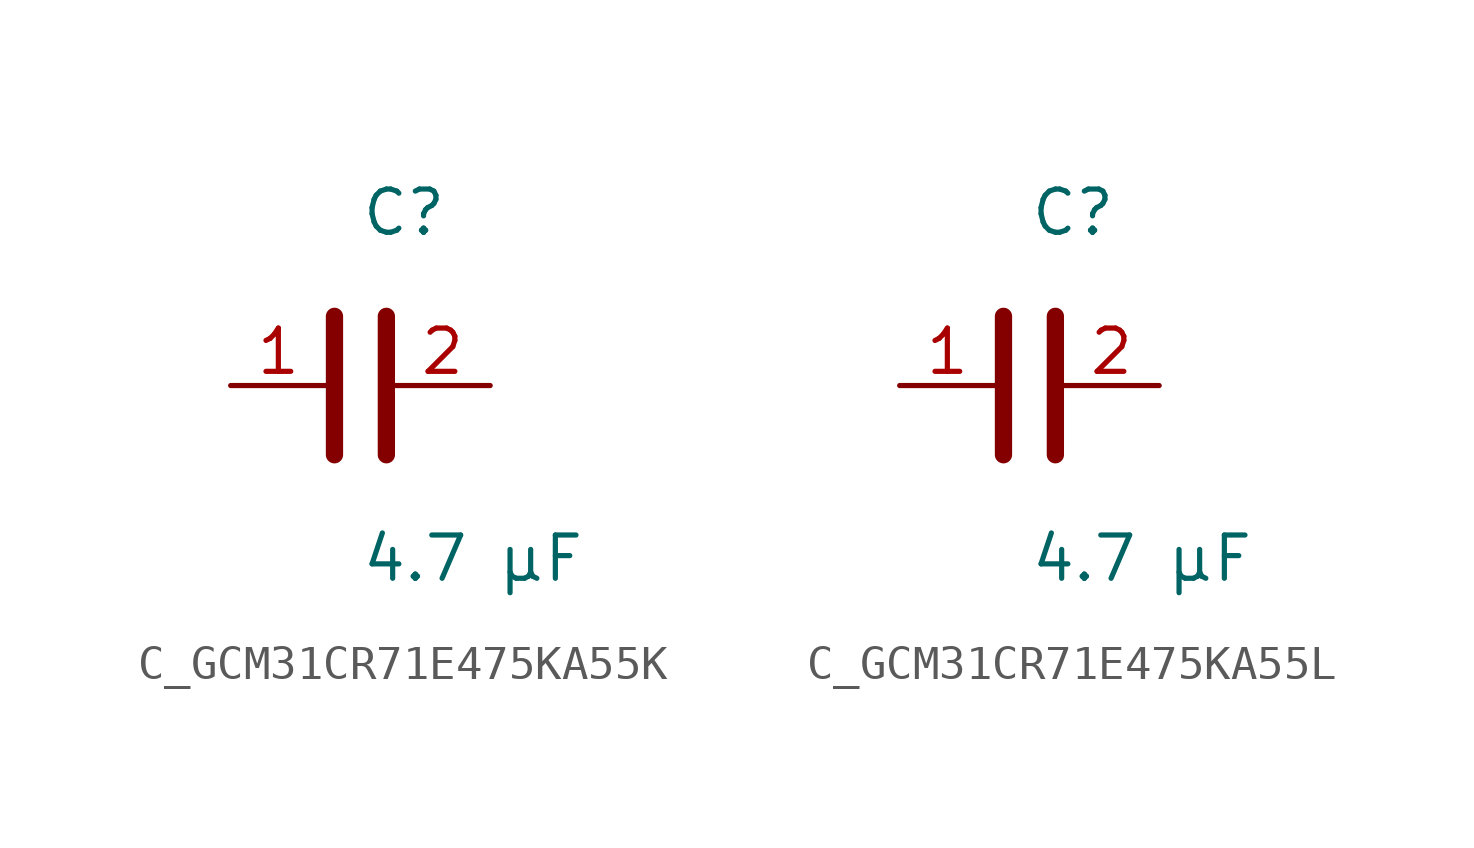
<source format=kicad_sym>
(kicad_symbol_lib
  (version 20231120)
  (generator kicad_symbol_editor)
  (generator_version 8.0)
  (symbol "C_GCM31CR71E475KA55K"
    (pin_names
      (offset 0.254))
    (property "Reference" "C"
      (at 0.0 5.08 0)
      (effects (font (size 1.27 1.27)) (justify left)))
    (property "Value" "4.7 µF"
      (at 0.0 -5.08 0)
      (effects (font (size 1.27 1.27)) (justify left)))
    (symbol "C_GCM31CR71E475KA55K_0_1"
      (polyline (pts (xy -0.762 -2.032) (xy -0.762 2.032)) (stroke (width 0.508) (type default)) (fill (type none)))
      (polyline (pts (xy 0.762 -2.032) (xy 0.762 2.032)) (stroke (width 0.508) (type default)) (fill (type none))))
    (pin unspecified line
      (at -3.81 0 0)
      (length 2.8)
      (name "" (effects (font (size 1.27 1.27))))
      (number "1" (effects (font (size 1.27 1.27)))))
    (pin unspecified line
      (at 3.81 0 180)
      (length 2.8)
      (name "" (effects (font (size 1.27 1.27))))
      (number "2" (effects (font (size 1.27 1.27))))))
  (symbol "C_GCM31CR71E475KA55L"
    (pin_names
      (offset 0.254))
    (property "Reference" "C"
      (at 0.0 5.08 0)
      (effects (font (size 1.27 1.27)) (justify left)))
    (property "Value" "4.7 µF"
      (at 0.0 -5.08 0)
      (effects (font (size 1.27 1.27)) (justify left)))
    (symbol "C_GCM31CR71E475KA55L_0_1"
      (polyline (pts (xy -0.762 -2.032) (xy -0.762 2.032)) (stroke (width 0.508) (type default)) (fill (type none)))
      (polyline (pts (xy 0.762 -2.032) (xy 0.762 2.032)) (stroke (width 0.508) (type default)) (fill (type none))))
    (pin unspecified line
      (at -3.81 0 0)
      (length 2.8)
      (name "" (effects (font (size 1.27 1.27))))
      (number "1" (effects (font (size 1.27 1.27)))))
    (pin unspecified line
      (at 3.81 0 180)
      (length 2.8)
      (name "" (effects (font (size 1.27 1.27))))
      (number "2" (effects (font (size 1.27 1.27)))))))
</source>
